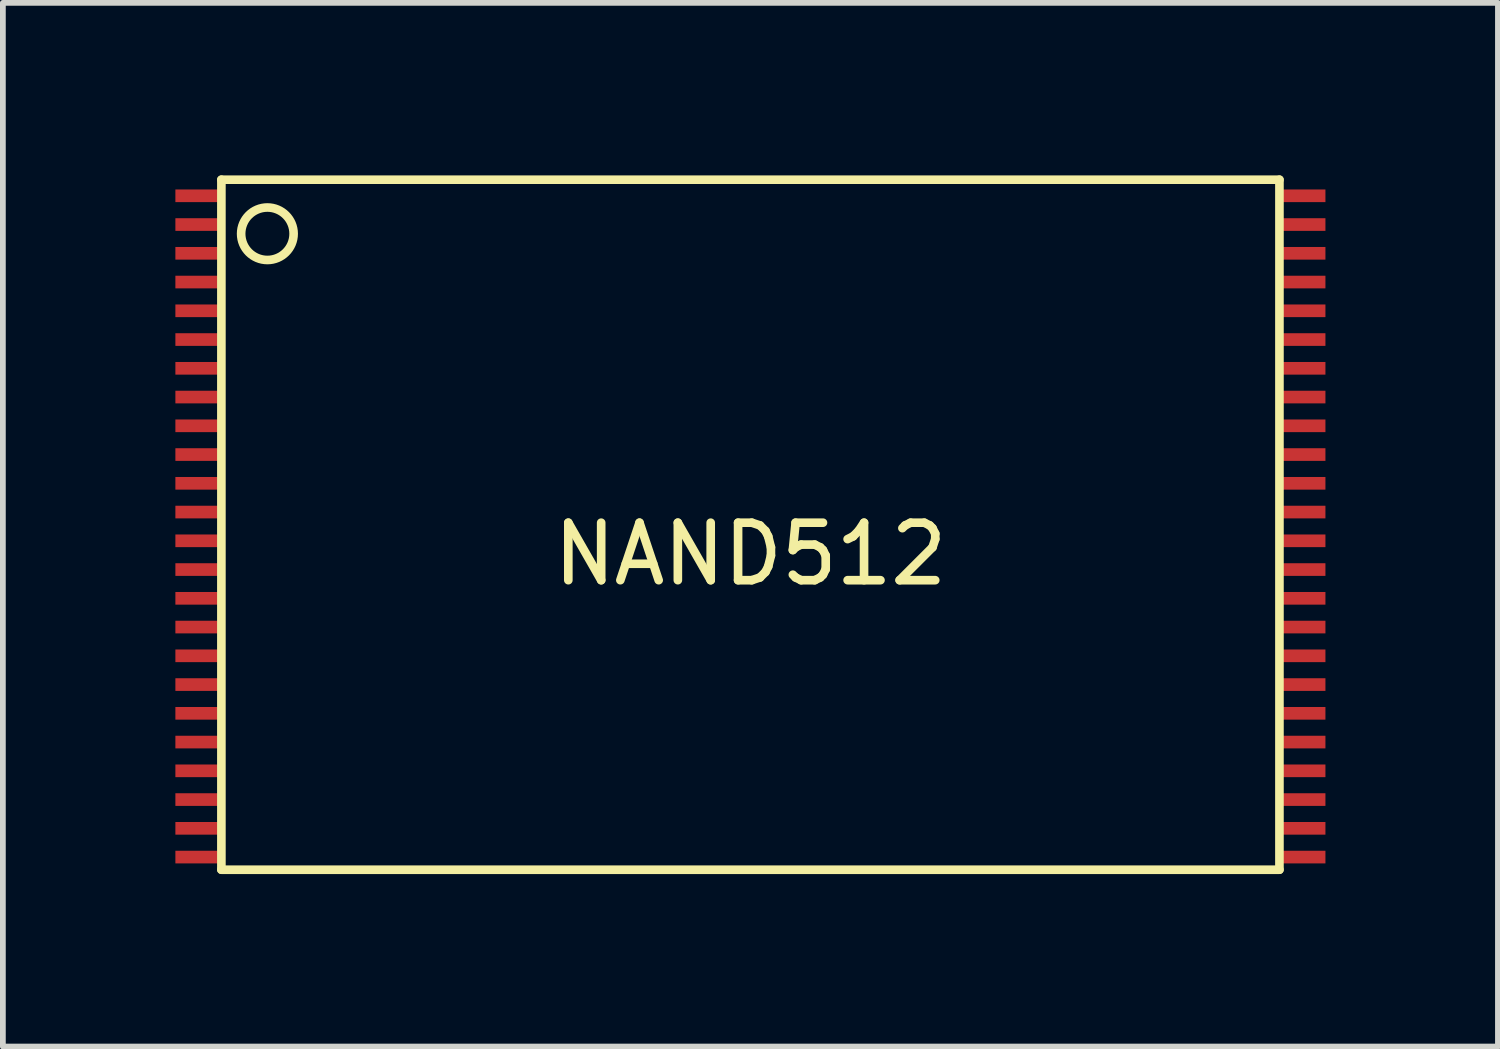
<source format=kicad_pcb>
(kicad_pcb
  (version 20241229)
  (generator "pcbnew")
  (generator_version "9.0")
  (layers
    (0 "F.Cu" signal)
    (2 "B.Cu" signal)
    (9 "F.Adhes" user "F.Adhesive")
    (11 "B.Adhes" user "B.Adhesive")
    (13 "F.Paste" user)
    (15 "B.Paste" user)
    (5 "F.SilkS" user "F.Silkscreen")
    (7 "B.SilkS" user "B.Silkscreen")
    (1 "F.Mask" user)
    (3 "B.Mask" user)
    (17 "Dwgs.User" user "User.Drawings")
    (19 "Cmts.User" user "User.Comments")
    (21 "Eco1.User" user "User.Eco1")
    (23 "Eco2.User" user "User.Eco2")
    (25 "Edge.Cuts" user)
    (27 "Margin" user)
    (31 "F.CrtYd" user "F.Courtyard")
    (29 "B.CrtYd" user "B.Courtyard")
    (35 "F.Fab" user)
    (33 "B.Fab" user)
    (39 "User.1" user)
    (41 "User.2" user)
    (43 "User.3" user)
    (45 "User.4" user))
  (footprint "NAND512"
    (layer "F.Cu")
    (at 10 6.075)
    (property "Reference" "NAND512" (at 0 0.51 0) (layer "F.SilkS") (effects (font (size 1 1) (thickness 0.15))))
    (attr through_hole)
    (fp_line (start -9.2 -6) (end 9.2 -6) (stroke (width 0.15) (type solid)) (layer "F.SilkS"))
    (fp_line (start -9.2 6) (end -9.2 -6) (stroke (width 0.15) (type solid)) (layer "F.SilkS"))
    (fp_line (start -9.2 6) (end 9.2 6) (stroke (width 0.15) (type solid)) (layer "F.SilkS"))
    (fp_line (start 9.2 6) (end 9.2 -6) (stroke (width 0.15) (type solid)) (layer "F.SilkS"))
    (fp_circle (center -8.4 -5.06) (end -8 -4.84) (stroke (width 0.15) (type solid)) (fill no) (layer "F.SilkS"))
    (pad "1" smd rect (at -9.6 -5.72) (size 0.8 0.22) (layers "F.Cu" "F.Mask" "F.Paste"))
    (pad "2" smd rect (at -9.6 -5.22) (size 0.8 0.22) (layers "F.Cu" "F.Mask" "F.Paste"))
    (pad "3" smd rect (at -9.6 -4.72) (size 0.8 0.22) (layers "F.Cu" "F.Mask" "F.Paste"))
    (pad "4" smd rect (at -9.6 -4.22) (size 0.8 0.22) (layers "F.Cu" "F.Mask" "F.Paste"))
    (pad "5" smd rect (at -9.6 -3.72) (size 0.8 0.22) (layers "F.Cu" "F.Mask" "F.Paste"))
    (pad "6" smd rect (at -9.6 -3.22) (size 0.8 0.22) (layers "F.Cu" "F.Mask" "F.Paste"))
    (pad "7" smd rect (at -9.6 -2.72) (size 0.8 0.22) (layers "F.Cu" "F.Mask" "F.Paste"))
    (pad "8" smd rect (at -9.6 -2.22) (size 0.8 0.22) (layers "F.Cu" "F.Mask" "F.Paste"))
    (pad "9" smd rect (at -9.6 -1.72) (size 0.8 0.22) (layers "F.Cu" "F.Mask" "F.Paste"))
    (pad "10" smd rect (at -9.6 -1.22) (size 0.8 0.22) (layers "F.Cu" "F.Mask" "F.Paste"))
    (pad "11" smd rect (at -9.6 -0.72) (size 0.8 0.22) (layers "F.Cu" "F.Mask" "F.Paste"))
    (pad "12" smd rect (at -9.6 -0.22) (size 0.8 0.22) (layers "F.Cu" "F.Mask" "F.Paste"))
    (pad "13" smd rect (at -9.6 0.28) (size 0.8 0.22) (layers "F.Cu" "F.Mask" "F.Paste"))
    (pad "14" smd rect (at -9.6 0.78) (size 0.8 0.22) (layers "F.Cu" "F.Mask" "F.Paste"))
    (pad "15" smd rect (at -9.6 1.28) (size 0.8 0.22) (layers "F.Cu" "F.Mask" "F.Paste"))
    (pad "16" smd rect (at -9.6 1.78) (size 0.8 0.22) (layers "F.Cu" "F.Mask" "F.Paste"))
    (pad "17" smd rect (at -9.6 2.28) (size 0.8 0.22) (layers "F.Cu" "F.Mask" "F.Paste"))
    (pad "18" smd rect (at -9.6 2.78) (size 0.8 0.22) (layers "F.Cu" "F.Mask" "F.Paste"))
    (pad "19" smd rect (at -9.6 3.28) (size 0.8 0.22) (layers "F.Cu" "F.Mask" "F.Paste"))
    (pad "20" smd rect (at -9.6 3.78) (size 0.8 0.22) (layers "F.Cu" "F.Mask" "F.Paste"))
    (pad "21" smd rect (at -9.6 4.28) (size 0.8 0.22) (layers "F.Cu" "F.Mask" "F.Paste"))
    (pad "22" smd rect (at -9.6 4.78) (size 0.8 0.22) (layers "F.Cu" "F.Mask" "F.Paste"))
    (pad "23" smd rect (at -9.6 5.28) (size 0.8 0.22) (layers "F.Cu" "F.Mask" "F.Paste"))
    (pad "24" smd rect (at -9.6 5.78) (size 0.8 0.22) (layers "F.Cu" "F.Mask" "F.Paste"))
    (pad "25" smd rect (at 9.6 5.78) (size 0.8 0.22) (layers "F.Cu" "F.Mask" "F.Paste"))
    (pad "26" smd rect (at 9.6 5.28) (size 0.8 0.22) (layers "F.Cu" "F.Mask" "F.Paste"))
    (pad "27" smd rect (at 9.6 4.78) (size 0.8 0.22) (layers "F.Cu" "F.Mask" "F.Paste"))
    (pad "28" smd rect (at 9.6 4.28) (size 0.8 0.22) (layers "F.Cu" "F.Mask" "F.Paste"))
    (pad "29" smd rect (at 9.6 3.78) (size 0.8 0.22) (layers "F.Cu" "F.Mask" "F.Paste"))
    (pad "30" smd rect (at 9.6 3.28) (size 0.8 0.22) (layers "F.Cu" "F.Mask" "F.Paste"))
    (pad "31" smd rect (at 9.6 2.78) (size 0.8 0.22) (layers "F.Cu" "F.Mask" "F.Paste"))
    (pad "32" smd rect (at 9.6 2.28) (size 0.8 0.22) (layers "F.Cu" "F.Mask" "F.Paste"))
    (pad "33" smd rect (at 9.6 1.78) (size 0.8 0.22) (layers "F.Cu" "F.Mask" "F.Paste"))
    (pad "34" smd rect (at 9.6 1.28) (size 0.8 0.22) (layers "F.Cu" "F.Mask" "F.Paste"))
    (pad "35" smd rect (at 9.6 0.78) (size 0.8 0.22) (layers "F.Cu" "F.Mask" "F.Paste"))
    (pad "36" smd rect (at 9.6 0.28) (size 0.8 0.22) (layers "F.Cu" "F.Mask" "F.Paste"))
    (pad "37" smd rect (at 9.6 -0.22) (size 0.8 0.22) (layers "F.Cu" "F.Mask" "F.Paste"))
    (pad "38" smd rect (at 9.6 -0.72) (size 0.8 0.22) (layers "F.Cu" "F.Mask" "F.Paste"))
    (pad "39" smd rect (at 9.6 -1.22) (size 0.8 0.22) (layers "F.Cu" "F.Mask" "F.Paste"))
    (pad "40" smd rect (at 9.6 -1.72) (size 0.8 0.22) (layers "F.Cu" "F.Mask" "F.Paste"))
    (pad "41" smd rect (at 9.6 -2.22) (size 0.8 0.22) (layers "F.Cu" "F.Mask" "F.Paste"))
    (pad "42" smd rect (at 9.6 -2.72) (size 0.8 0.22) (layers "F.Cu" "F.Mask" "F.Paste"))
    (pad "43" smd rect (at 9.6 -3.22) (size 0.8 0.22) (layers "F.Cu" "F.Mask" "F.Paste"))
    (pad "44" smd rect (at 9.6 -3.72) (size 0.8 0.22) (layers "F.Cu" "F.Mask" "F.Paste"))
    (pad "45" smd rect (at 9.6 -4.22) (size 0.8 0.22) (layers "F.Cu" "F.Mask" "F.Paste"))
    (pad "46" smd rect (at 9.6 -4.72) (size 0.8 0.22) (layers "F.Cu" "F.Mask" "F.Paste"))
    (pad "47" smd rect (at 9.6 -5.22) (size 0.8 0.22) (layers "F.Cu" "F.Mask" "F.Paste"))
    (pad "48" smd rect (at 9.6 -5.72) (size 0.8 0.22) (layers "F.Cu" "F.Mask" "F.Paste")))
  (gr_rect
    (start -3 -3)
    (end 23 15.15)
    (stroke (width 0.1) (type default))
    (fill no)
    (layer "Edge.Cuts")))
</source>
